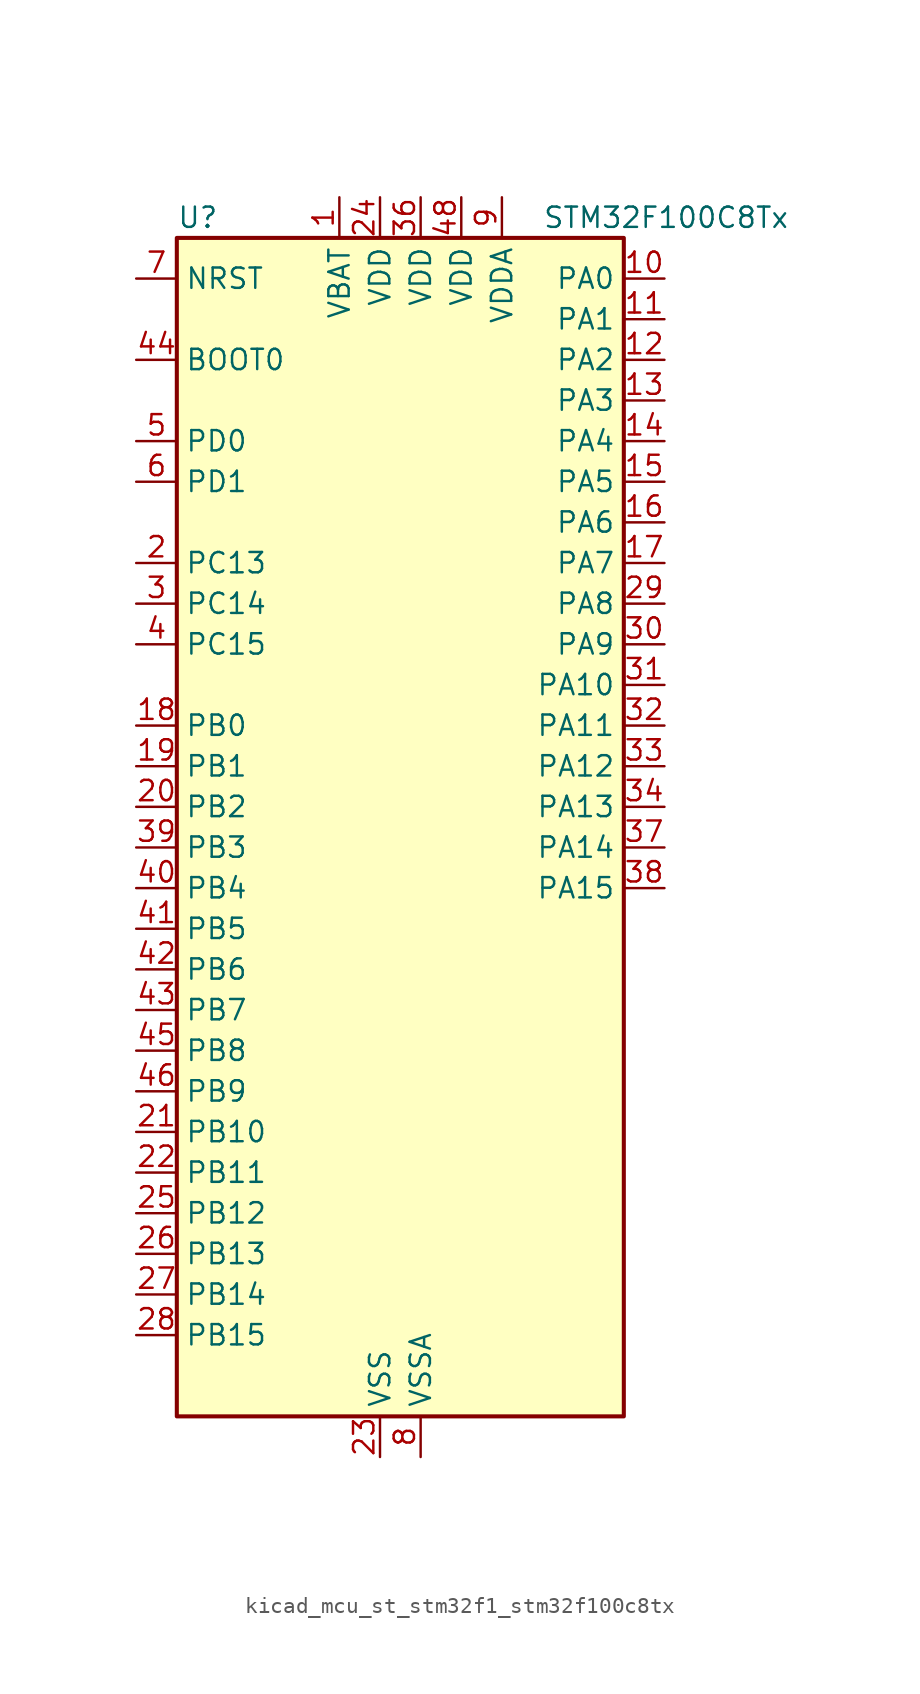
<source format=kicad_sym>
(kicad_symbol_lib
  (version 20220914)
  (generator kicad_symbol_editor)
  (symbol "kicad_mcu_st_stm32f1_stm32f100c8tx"
    (property "Reference" "U"
      (at -12.7 39.37 0)
      (effects (font (size 1.27 1.27)) (justify left)))
    (property "Value" "STM32F100C8Tx"
      (at 10.16 39.37 0)
      (effects (font (size 1.27 1.27)) (justify left)))
    (property "ki_locked" ""
      (at 0 0 0)
      (effects (font (size 1.27 1.27))))
    (symbol "kicad_mcu_st_stm32f1_stm32f100c8tx_0_1"
      (rectangle (start -12.7 -35.56) (end 15.24 38.1) (stroke (width 0.254) (type default)) (fill (type background))))
    (symbol "kicad_mcu_st_stm32f1_stm32f100c8tx_1_1"
      (pin power_in line (at -2.54 40.64 270) (length 2.54) (name "VBAT" (effects (font (size 1.27 1.27)))) (number "1" (effects (font (size 1.27 1.27)))))
      (pin bidirectional line (at 17.78 35.56 180) (length 2.54) (name "PA0" (effects (font (size 1.27 1.27)))) (number "10" (effects (font (size 1.27 1.27)))) (alternate "ADC1_IN0" bidirectional line) (alternate "SYS_WKUP" bidirectional line) (alternate "TIM2_CH1" bidirectional line) (alternate "TIM2_ETR" bidirectional line) (alternate "USART2_CTS" bidirectional line))
      (pin bidirectional line (at 17.78 33.02 180) (length 2.54) (name "PA1" (effects (font (size 1.27 1.27)))) (number "11" (effects (font (size 1.27 1.27)))) (alternate "ADC1_IN1" bidirectional line) (alternate "TIM2_CH2" bidirectional line) (alternate "USART2_RTS" bidirectional line))
      (pin bidirectional line (at 17.78 30.48 180) (length 2.54) (name "PA2" (effects (font (size 1.27 1.27)))) (number "12" (effects (font (size 1.27 1.27)))) (alternate "ADC1_IN2" bidirectional line) (alternate "TIM15_CH1" bidirectional line) (alternate "TIM2_CH3" bidirectional line) (alternate "USART2_TX" bidirectional line))
      (pin bidirectional line (at 17.78 27.94 180) (length 2.54) (name "PA3" (effects (font (size 1.27 1.27)))) (number "13" (effects (font (size 1.27 1.27)))) (alternate "ADC1_IN3" bidirectional line) (alternate "TIM15_CH2" bidirectional line) (alternate "TIM2_CH4" bidirectional line) (alternate "USART2_RX" bidirectional line))
      (pin bidirectional line (at 17.78 25.4 180) (length 2.54) (name "PA4" (effects (font (size 1.27 1.27)))) (number "14" (effects (font (size 1.27 1.27)))) (alternate "ADC1_IN4" bidirectional line) (alternate "DAC_OUT1" bidirectional line) (alternate "SPI1_NSS" bidirectional line) (alternate "USART2_CK" bidirectional line))
      (pin bidirectional line (at 17.78 22.86 180) (length 2.54) (name "PA5" (effects (font (size 1.27 1.27)))) (number "15" (effects (font (size 1.27 1.27)))) (alternate "ADC1_IN5" bidirectional line) (alternate "DAC_OUT2" bidirectional line) (alternate "SPI1_SCK" bidirectional line))
      (pin bidirectional line (at 17.78 20.32 180) (length 2.54) (name "PA6" (effects (font (size 1.27 1.27)))) (number "16" (effects (font (size 1.27 1.27)))) (alternate "ADC1_IN6" bidirectional line) (alternate "SPI1_MISO" bidirectional line) (alternate "TIM16_CH1" bidirectional line) (alternate "TIM1_BKIN" bidirectional line) (alternate "TIM3_CH1" bidirectional line))
      (pin bidirectional line (at 17.78 17.78 180) (length 2.54) (name "PA7" (effects (font (size 1.27 1.27)))) (number "17" (effects (font (size 1.27 1.27)))) (alternate "ADC1_IN7" bidirectional line) (alternate "SPI1_MOSI" bidirectional line) (alternate "TIM17_CH1" bidirectional line) (alternate "TIM1_CH1N" bidirectional line) (alternate "TIM3_CH2" bidirectional line))
      (pin bidirectional line (at -15.24 7.62 0) (length 2.54) (name "PB0" (effects (font (size 1.27 1.27)))) (number "18" (effects (font (size 1.27 1.27)))) (alternate "ADC1_IN8" bidirectional line) (alternate "TIM1_CH2N" bidirectional line) (alternate "TIM3_CH3" bidirectional line))
      (pin bidirectional line (at -15.24 5.08 0) (length 2.54) (name "PB1" (effects (font (size 1.27 1.27)))) (number "19" (effects (font (size 1.27 1.27)))) (alternate "ADC1_IN9" bidirectional line) (alternate "TIM1_CH3N" bidirectional line) (alternate "TIM3_CH4" bidirectional line))
      (pin bidirectional line (at -15.24 17.78 0) (length 2.54) (name "PC13" (effects (font (size 1.27 1.27)))) (number "2" (effects (font (size 1.27 1.27)))) (alternate "RTC_OUT" bidirectional line) (alternate "RTC_TAMPER" bidirectional line))
      (pin bidirectional line (at -15.24 2.54 0) (length 2.54) (name "PB2" (effects (font (size 1.27 1.27)))) (number "20" (effects (font (size 1.27 1.27)))))
      (pin bidirectional line (at -15.24 -17.78 0) (length 2.54) (name "PB10" (effects (font (size 1.27 1.27)))) (number "21" (effects (font (size 1.27 1.27)))) (alternate "CEC" bidirectional line) (alternate "I2C2_SCL" bidirectional line) (alternate "TIM2_CH3" bidirectional line) (alternate "USART3_TX" bidirectional line))
      (pin bidirectional line (at -15.24 -20.32 0) (length 2.54) (name "PB11" (effects (font (size 1.27 1.27)))) (number "22" (effects (font (size 1.27 1.27)))) (alternate "ADC1_EXTI11" bidirectional line) (alternate "I2C2_SDA" bidirectional line) (alternate "TIM2_CH4" bidirectional line) (alternate "USART3_RX" bidirectional line))
      (pin power_in line (at 0 -38.1 90) (length 2.54) (name "VSS" (effects (font (size 1.27 1.27)))) (number "23" (effects (font (size 1.27 1.27)))))
      (pin power_in line (at 0 40.64 270) (length 2.54) (name "VDD" (effects (font (size 1.27 1.27)))) (number "24" (effects (font (size 1.27 1.27)))))
      (pin bidirectional line (at -15.24 -22.86 0) (length 2.54) (name "PB12" (effects (font (size 1.27 1.27)))) (number "25" (effects (font (size 1.27 1.27)))) (alternate "I2C2_SMBA" bidirectional line) (alternate "SPI2_NSS" bidirectional line) (alternate "TIM1_BKIN" bidirectional line) (alternate "USART3_CK" bidirectional line))
      (pin bidirectional line (at -15.24 -25.4 0) (length 2.54) (name "PB13" (effects (font (size 1.27 1.27)))) (number "26" (effects (font (size 1.27 1.27)))) (alternate "SPI2_SCK" bidirectional line) (alternate "TIM1_CH1N" bidirectional line) (alternate "USART3_CTS" bidirectional line))
      (pin bidirectional line (at -15.24 -27.94 0) (length 2.54) (name "PB14" (effects (font (size 1.27 1.27)))) (number "27" (effects (font (size 1.27 1.27)))) (alternate "SPI2_MISO" bidirectional line) (alternate "TIM15_CH1" bidirectional line) (alternate "TIM1_CH2N" bidirectional line) (alternate "USART3_RTS" bidirectional line))
      (pin bidirectional line (at -15.24 -30.48 0) (length 2.54) (name "PB15" (effects (font (size 1.27 1.27)))) (number "28" (effects (font (size 1.27 1.27)))) (alternate "ADC1_EXTI15" bidirectional line) (alternate "SPI2_MOSI" bidirectional line) (alternate "TIM15_CH1N" bidirectional line) (alternate "TIM15_CH2" bidirectional line) (alternate "TIM1_CH3N" bidirectional line))
      (pin bidirectional line (at 17.78 15.24 180) (length 2.54) (name "PA8" (effects (font (size 1.27 1.27)))) (number "29" (effects (font (size 1.27 1.27)))) (alternate "RCC_MCO" bidirectional line) (alternate "TIM1_CH1" bidirectional line) (alternate "USART1_CK" bidirectional line))
      (pin bidirectional line (at -15.24 15.24 0) (length 2.54) (name "PC14" (effects (font (size 1.27 1.27)))) (number "3" (effects (font (size 1.27 1.27)))) (alternate "RCC_OSC32_IN" bidirectional line))
      (pin bidirectional line (at 17.78 12.7 180) (length 2.54) (name "PA9" (effects (font (size 1.27 1.27)))) (number "30" (effects (font (size 1.27 1.27)))) (alternate "DAC_EXTI9" bidirectional line) (alternate "TIM15_BKIN" bidirectional line) (alternate "TIM1_CH2" bidirectional line) (alternate "USART1_TX" bidirectional line))
      (pin bidirectional line (at 17.78 10.16 180) (length 2.54) (name "PA10" (effects (font (size 1.27 1.27)))) (number "31" (effects (font (size 1.27 1.27)))) (alternate "TIM17_BKIN" bidirectional line) (alternate "TIM1_CH3" bidirectional line) (alternate "USART1_RX" bidirectional line))
      (pin bidirectional line (at 17.78 7.62 180) (length 2.54) (name "PA11" (effects (font (size 1.27 1.27)))) (number "32" (effects (font (size 1.27 1.27)))) (alternate "ADC1_EXTI11" bidirectional line) (alternate "TIM1_CH4" bidirectional line) (alternate "USART1_CTS" bidirectional line))
      (pin bidirectional line (at 17.78 5.08 180) (length 2.54) (name "PA12" (effects (font (size 1.27 1.27)))) (number "33" (effects (font (size 1.27 1.27)))) (alternate "TIM1_ETR" bidirectional line) (alternate "USART1_RTS" bidirectional line))
      (pin bidirectional line (at 17.78 2.54 180) (length 2.54) (name "PA13" (effects (font (size 1.27 1.27)))) (number "34" (effects (font (size 1.27 1.27)))) (alternate "SYS_JTMS-SWDIO" bidirectional line))
      (pin passive line (at 0 -38.1 90) (length 2.54) hide (name "VSS" (effects (font (size 1.27 1.27)))) (number "35" (effects (font (size 1.27 1.27)))))
      (pin power_in line (at 2.54 40.64 270) (length 2.54) (name "VDD" (effects (font (size 1.27 1.27)))) (number "36" (effects (font (size 1.27 1.27)))))
      (pin bidirectional line (at 17.78 0 180) (length 2.54) (name "PA14" (effects (font (size 1.27 1.27)))) (number "37" (effects (font (size 1.27 1.27)))) (alternate "SYS_JTCK-SWCLK" bidirectional line))
      (pin bidirectional line (at 17.78 -2.54 180) (length 2.54) (name "PA15" (effects (font (size 1.27 1.27)))) (number "38" (effects (font (size 1.27 1.27)))) (alternate "ADC1_EXTI15" bidirectional line) (alternate "SPI1_NSS" bidirectional line) (alternate "SYS_JTDI" bidirectional line) (alternate "TIM2_CH1" bidirectional line) (alternate "TIM2_ETR" bidirectional line))
      (pin bidirectional line (at -15.24 0 0) (length 2.54) (name "PB3" (effects (font (size 1.27 1.27)))) (number "39" (effects (font (size 1.27 1.27)))) (alternate "SPI1_SCK" bidirectional line) (alternate "SYS_JTDO-TRACESWO" bidirectional line) (alternate "TIM2_CH2" bidirectional line))
      (pin bidirectional line (at -15.24 12.7 0) (length 2.54) (name "PC15" (effects (font (size 1.27 1.27)))) (number "4" (effects (font (size 1.27 1.27)))) (alternate "ADC1_EXTI15" bidirectional line) (alternate "RCC_OSC32_OUT" bidirectional line))
      (pin bidirectional line (at -15.24 -2.54 0) (length 2.54) (name "PB4" (effects (font (size 1.27 1.27)))) (number "40" (effects (font (size 1.27 1.27)))) (alternate "SPI1_MISO" bidirectional line) (alternate "SYS_NJTRST" bidirectional line) (alternate "TIM3_CH1" bidirectional line))
      (pin bidirectional line (at -15.24 -5.08 0) (length 2.54) (name "PB5" (effects (font (size 1.27 1.27)))) (number "41" (effects (font (size 1.27 1.27)))) (alternate "I2C1_SMBA" bidirectional line) (alternate "SPI1_MOSI" bidirectional line) (alternate "TIM16_BKIN" bidirectional line) (alternate "TIM3_CH2" bidirectional line))
      (pin bidirectional line (at -15.24 -7.62 0) (length 2.54) (name "PB6" (effects (font (size 1.27 1.27)))) (number "42" (effects (font (size 1.27 1.27)))) (alternate "I2C1_SCL" bidirectional line) (alternate "TIM16_CH1N" bidirectional line) (alternate "TIM4_CH1" bidirectional line) (alternate "USART1_TX" bidirectional line))
      (pin bidirectional line (at -15.24 -10.16 0) (length 2.54) (name "PB7" (effects (font (size 1.27 1.27)))) (number "43" (effects (font (size 1.27 1.27)))) (alternate "I2C1_SDA" bidirectional line) (alternate "TIM17_CH1N" bidirectional line) (alternate "TIM4_CH2" bidirectional line) (alternate "USART1_RX" bidirectional line))
      (pin input line (at -15.24 30.48 0) (length 2.54) (name "BOOT0" (effects (font (size 1.27 1.27)))) (number "44" (effects (font (size 1.27 1.27)))))
      (pin bidirectional line (at -15.24 -12.7 0) (length 2.54) (name "PB8" (effects (font (size 1.27 1.27)))) (number "45" (effects (font (size 1.27 1.27)))) (alternate "CEC" bidirectional line) (alternate "I2C1_SCL" bidirectional line) (alternate "TIM16_CH1" bidirectional line) (alternate "TIM4_CH3" bidirectional line))
      (pin bidirectional line (at -15.24 -15.24 0) (length 2.54) (name "PB9" (effects (font (size 1.27 1.27)))) (number "46" (effects (font (size 1.27 1.27)))) (alternate "DAC_EXTI9" bidirectional line) (alternate "I2C1_SDA" bidirectional line) (alternate "TIM17_CH1" bidirectional line) (alternate "TIM4_CH4" bidirectional line))
      (pin passive line (at 0 -38.1 90) (length 2.54) hide (name "VSS" (effects (font (size 1.27 1.27)))) (number "47" (effects (font (size 1.27 1.27)))))
      (pin power_in line (at 5.08 40.64 270) (length 2.54) (name "VDD" (effects (font (size 1.27 1.27)))) (number "48" (effects (font (size 1.27 1.27)))))
      (pin bidirectional line (at -15.24 25.4 0) (length 2.54) (name "PD0" (effects (font (size 1.27 1.27)))) (number "5" (effects (font (size 1.27 1.27)))) (alternate "RCC_OSC_IN" bidirectional line))
      (pin bidirectional line (at -15.24 22.86 0) (length 2.54) (name "PD1" (effects (font (size 1.27 1.27)))) (number "6" (effects (font (size 1.27 1.27)))) (alternate "RCC_OSC_OUT" bidirectional line))
      (pin input line (at -15.24 35.56 0) (length 2.54) (name "NRST" (effects (font (size 1.27 1.27)))) (number "7" (effects (font (size 1.27 1.27)))))
      (pin power_in line (at 2.54 -38.1 90) (length 2.54) (name "VSSA" (effects (font (size 1.27 1.27)))) (number "8" (effects (font (size 1.27 1.27)))))
      (pin power_in line (at 7.62 40.64 270) (length 2.54) (name "VDDA" (effects (font (size 1.27 1.27)))) (number "9" (effects (font (size 1.27 1.27))))))))
</source>
